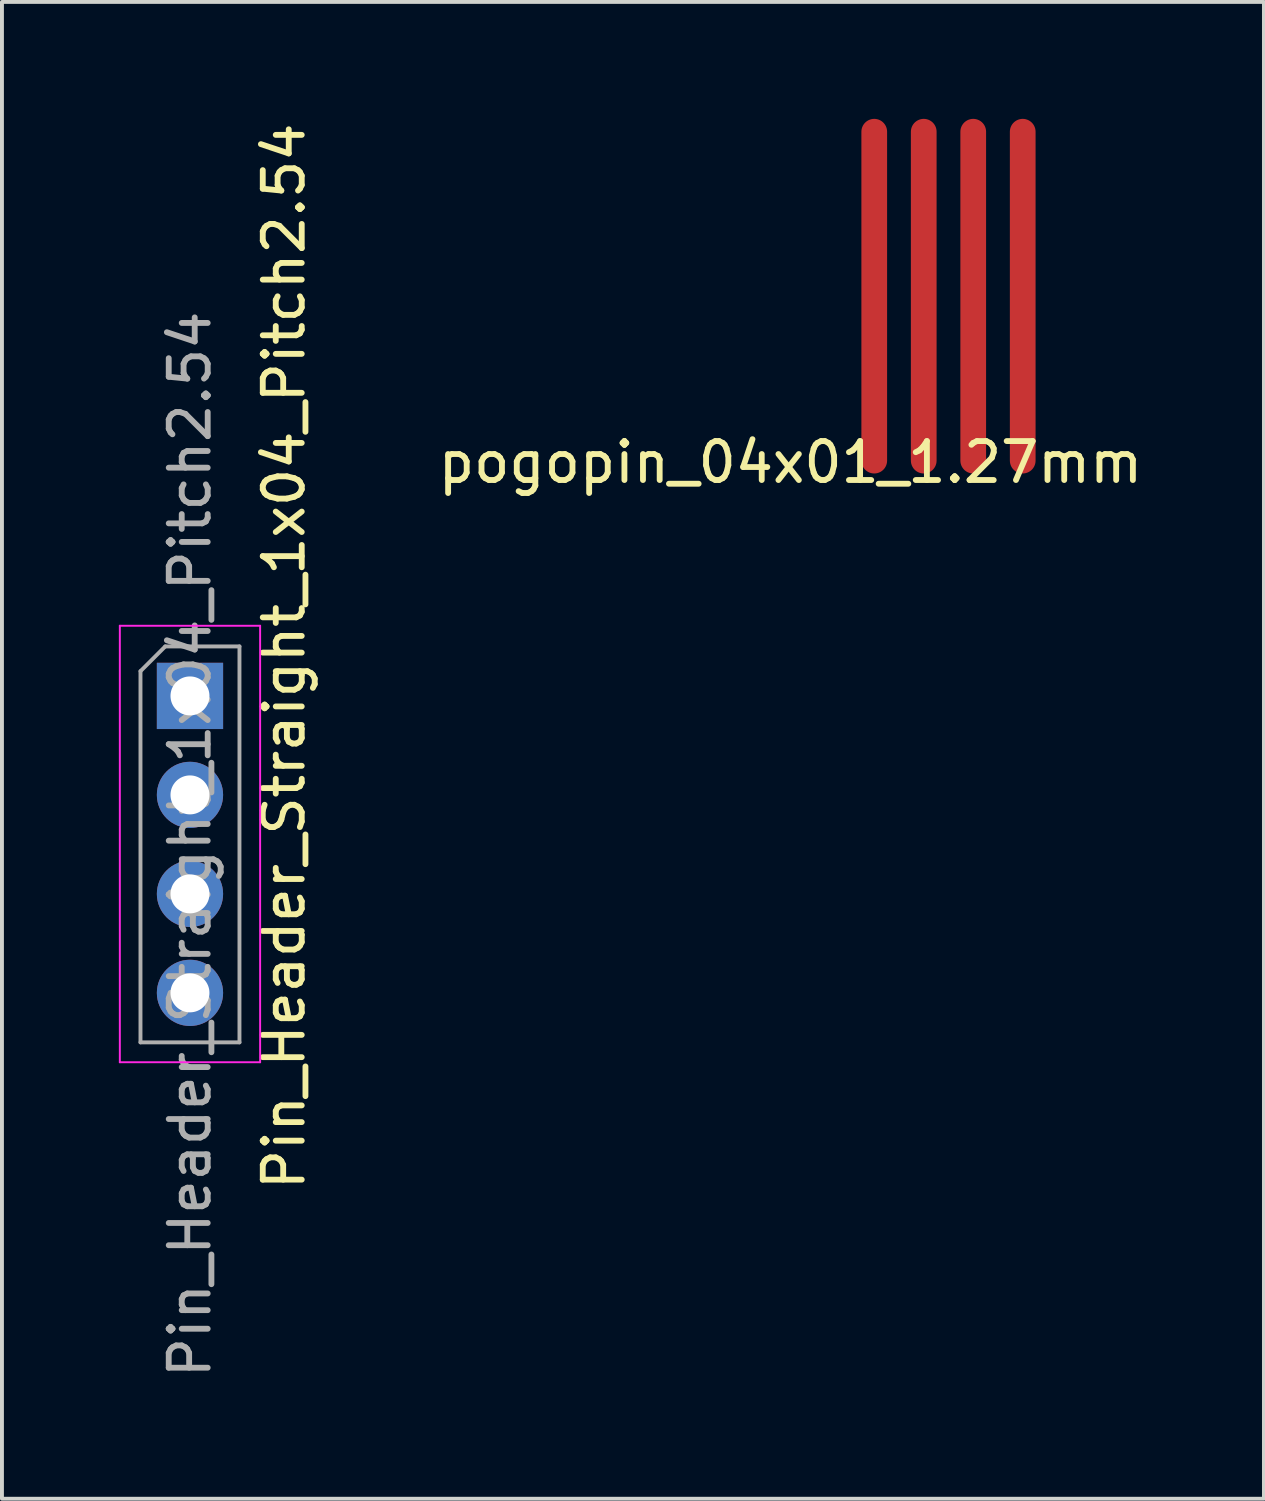
<source format=kicad_pcb>
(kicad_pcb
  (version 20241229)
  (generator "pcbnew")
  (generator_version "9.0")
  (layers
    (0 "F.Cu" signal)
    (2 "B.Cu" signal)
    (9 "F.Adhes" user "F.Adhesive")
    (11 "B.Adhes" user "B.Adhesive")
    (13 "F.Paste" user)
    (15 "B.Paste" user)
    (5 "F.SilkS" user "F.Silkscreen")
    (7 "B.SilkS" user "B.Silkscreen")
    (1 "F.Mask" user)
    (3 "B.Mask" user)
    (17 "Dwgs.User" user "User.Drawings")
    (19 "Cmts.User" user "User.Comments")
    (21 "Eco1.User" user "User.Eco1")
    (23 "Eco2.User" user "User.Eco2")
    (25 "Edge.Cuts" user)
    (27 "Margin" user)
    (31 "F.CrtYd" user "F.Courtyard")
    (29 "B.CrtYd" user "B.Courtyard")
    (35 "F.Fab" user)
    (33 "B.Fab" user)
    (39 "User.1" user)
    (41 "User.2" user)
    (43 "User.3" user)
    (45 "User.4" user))
  (footprint "Pin_Header_Straight_1x04_Pitch2.54"
    (layer "F.Cu")
    (at 1.825 14.808)
    (property "Reference" "Pin_Header_Straight_1x04_Pitch2.54" (at 2.413 -1.016 90) (layer "F.SilkS") (effects (font (size 1 1) (thickness 0.15))))
    (attr through_hole)
    (fp_line (start -1.8 -1.8) (end -1.8 9.4) (stroke (width 0.05) (type solid)) (layer "F.CrtYd"))
    (fp_line (start -1.8 9.4) (end 1.8 9.4) (stroke (width 0.05) (type solid)) (layer "F.CrtYd"))
    (fp_line (start 1.8 -1.8) (end -1.8 -1.8) (stroke (width 0.05) (type solid)) (layer "F.CrtYd"))
    (fp_line (start 1.8 9.4) (end 1.8 -1.8) (stroke (width 0.05) (type solid)) (layer "F.CrtYd"))
    (fp_line (start -1.27 -0.635) (end -0.635 -1.27) (stroke (width 0.1) (type solid)) (layer "F.Fab"))
    (fp_line (start -1.27 8.89) (end -1.27 -0.635) (stroke (width 0.1) (type solid)) (layer "F.Fab"))
    (fp_line (start -0.635 -1.27) (end 1.27 -1.27) (stroke (width 0.1) (type solid)) (layer "F.Fab"))
    (fp_line (start 1.27 -1.27) (end 1.27 8.89) (stroke (width 0.1) (type solid)) (layer "F.Fab"))
    (fp_line (start 1.27 8.89) (end -1.27 8.89) (stroke (width 0.1) (type solid)) (layer "F.Fab"))
    (fp_text user "${REFERENCE}" (at 0 3.81 90) (layer "F.Fab") (effects (font (size 1 1) (thickness 0.15))))
    (pad "1" thru_hole rect (at 0 0) (size 1.7 1.7) (drill 1) (layers "*.Cu" "*.Mask"))
    (pad "2" thru_hole oval (at 0 2.54) (size 1.7 1.7) (drill 1) (layers "*.Cu" "*.Mask"))
    (pad "3" thru_hole oval (at 0 5.08) (size 1.7 1.7) (drill 1) (layers "*.Cu" "*.Mask"))
    (pad "4" thru_hole oval (at 0 7.62) (size 1.7 1.7) (drill 1) (layers "*.Cu" "*.Mask")))
  (footprint "pogopin_04x01_1.27mm"
    (layer "F.Cu")
    (at 19.384 4.55)
    (property "Reference" "pogopin_04x01_1.27mm" (at -2.149 4.263 0) (layer "F.SilkS") (effects (font (size 1 1) (thickness 0.15))))
    (attr through_hole)
    (pad "1" smd oval (at 0 0) (size 0.66 9.1) (layers "F.Cu" "F.Mask" "F.Paste"))
    (pad "2" smd oval (at 1.27 0) (size 0.66 9.1) (layers "F.Cu" "F.Mask" "F.Paste"))
    (pad "3" smd oval (at 2.54 0) (size 0.66 9.1) (layers "F.Cu" "F.Mask" "F.Paste"))
    (pad "4" smd oval (at 3.81 0) (size 0.66 9.1) (layers "F.Cu" "F.Mask" "F.Paste")))
  (gr_rect
    (start -3 -3)
    (end 29.384 35.409)
    (stroke (width 0.1) (type default))
    (fill no)
    (layer "Edge.Cuts")))
</source>
